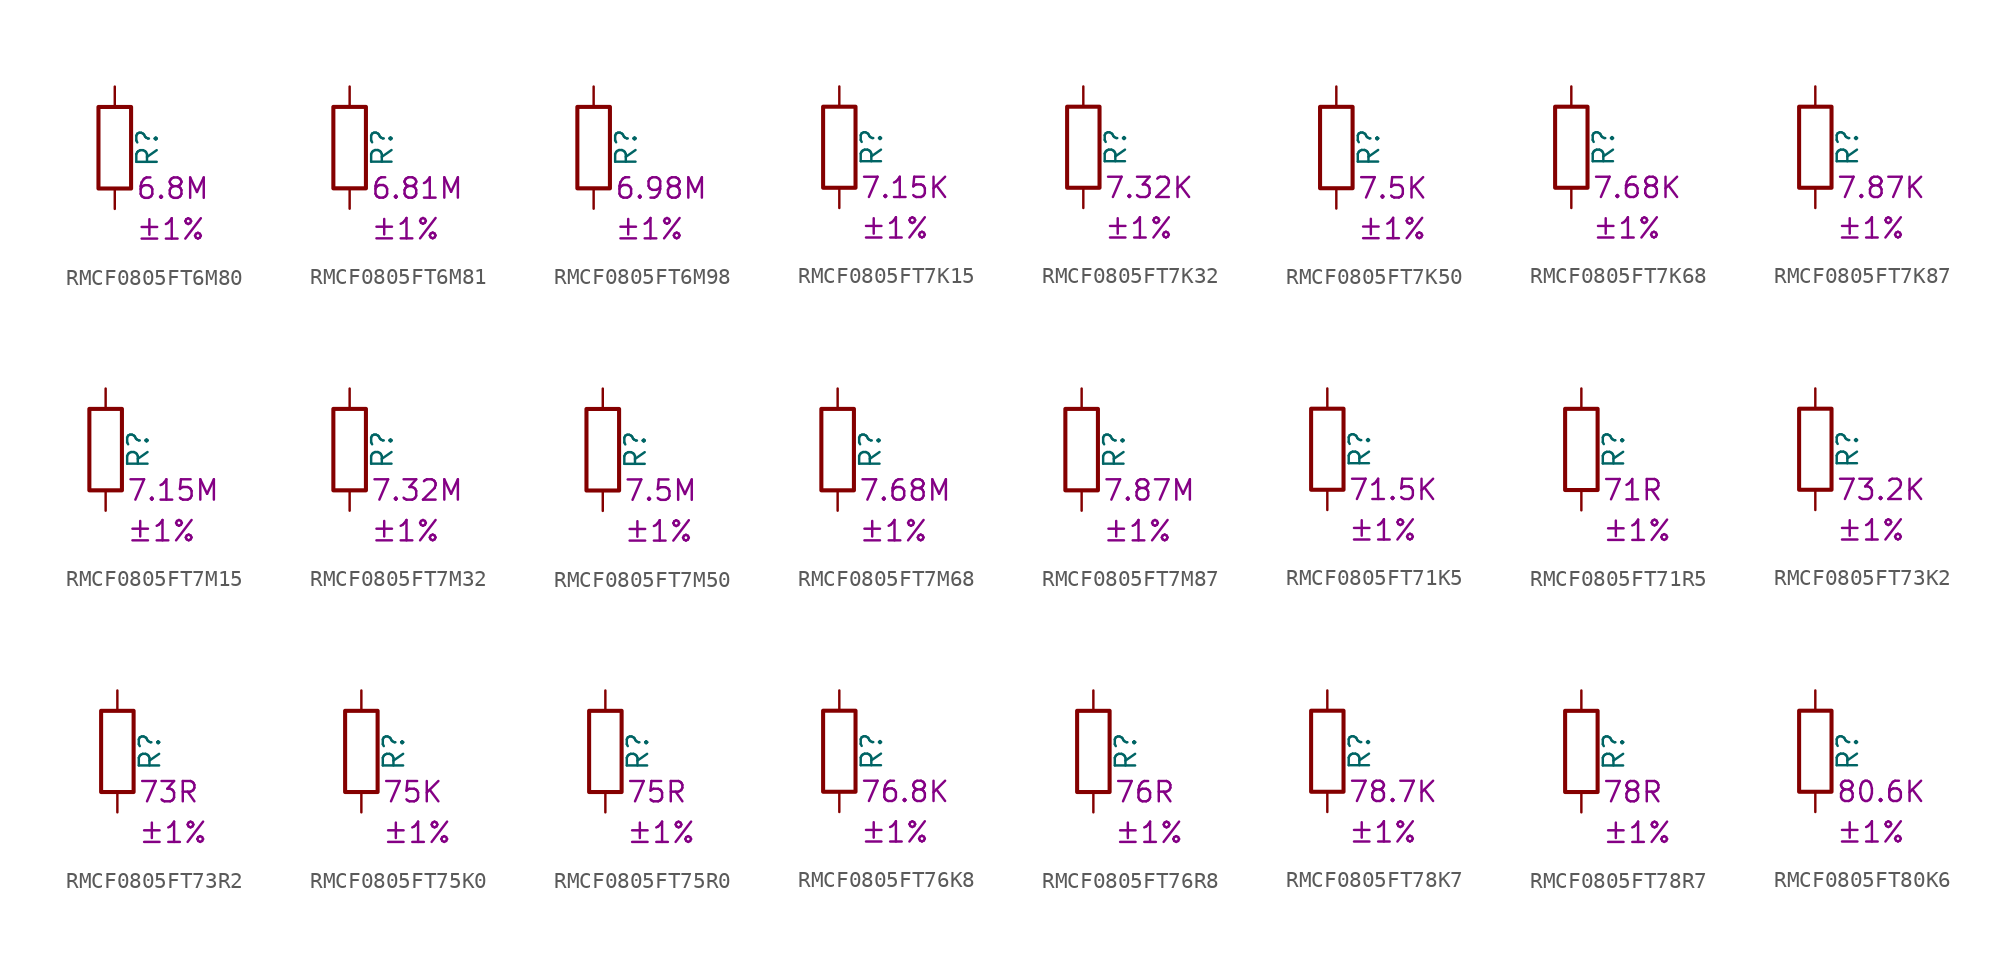
<source format=kicad_sym>
(kicad_symbol_lib
  (version 20220914)
  (generator kicad_symbol_editor)
  (symbol "RMCF0805FT6M80"
    (pin_numbers hide)
    (pin_names
      (offset 0))
    (property "Reference" "R"
      (at 2.032 0 90)
      (effects (font (size 1.27 1.27))))
    (property "Resistance" "6.8M"
      (at 1.27 -2.54 0)
      (effects (font (size 1.27 1.27)) (justify left)))
    (property "Tolerance" "±1%"
      (at 1.27 -5.08 0)
      (effects (font (size 1.27 1.27)) (justify left)))
    (symbol "RMCF0805FT6M80_0_1"
      (rectangle (start -1.016 -2.54) (end 1.016 2.54) (stroke (width 0.254) (type default)) (fill (type none))))
    (symbol "RMCF0805FT6M80_1_1"
      (pin passive line (at 0 3.81 270) (length 1.27) (name "~" (effects (font (size 1.27 1.27)))) (number "1" (effects (font (size 1.27 1.27)))))
      (pin passive line (at 0 -3.81 90) (length 1.27) (name "~" (effects (font (size 1.27 1.27)))) (number "2" (effects (font (size 1.27 1.27)))))))
  (symbol "RMCF0805FT6M81"
    (pin_numbers hide)
    (pin_names
      (offset 0))
    (property "Reference" "R"
      (at 2.032 0 90)
      (effects (font (size 1.27 1.27))))
    (property "Resistance" "6.81M"
      (at 1.27 -2.54 0)
      (effects (font (size 1.27 1.27)) (justify left)))
    (property "Tolerance" "±1%"
      (at 1.27 -5.08 0)
      (effects (font (size 1.27 1.27)) (justify left)))
    (symbol "RMCF0805FT6M81_0_1"
      (rectangle (start -1.016 -2.54) (end 1.016 2.54) (stroke (width 0.254) (type default)) (fill (type none))))
    (symbol "RMCF0805FT6M81_1_1"
      (pin passive line (at 0 3.81 270) (length 1.27) (name "~" (effects (font (size 1.27 1.27)))) (number "1" (effects (font (size 1.27 1.27)))))
      (pin passive line (at 0 -3.81 90) (length 1.27) (name "~" (effects (font (size 1.27 1.27)))) (number "2" (effects (font (size 1.27 1.27)))))))
  (symbol "RMCF0805FT6M98"
    (pin_numbers hide)
    (pin_names
      (offset 0))
    (property "Reference" "R"
      (at 2.032 0 90)
      (effects (font (size 1.27 1.27))))
    (property "Resistance" "6.98M"
      (at 1.27 -2.54 0)
      (effects (font (size 1.27 1.27)) (justify left)))
    (property "Tolerance" "±1%"
      (at 1.27 -5.08 0)
      (effects (font (size 1.27 1.27)) (justify left)))
    (symbol "RMCF0805FT6M98_0_1"
      (rectangle (start -1.016 -2.54) (end 1.016 2.54) (stroke (width 0.254) (type default)) (fill (type none))))
    (symbol "RMCF0805FT6M98_1_1"
      (pin passive line (at 0 3.81 270) (length 1.27) (name "~" (effects (font (size 1.27 1.27)))) (number "1" (effects (font (size 1.27 1.27)))))
      (pin passive line (at 0 -3.81 90) (length 1.27) (name "~" (effects (font (size 1.27 1.27)))) (number "2" (effects (font (size 1.27 1.27)))))))
  (symbol "RMCF0805FT7K15"
    (pin_numbers hide)
    (pin_names
      (offset 0))
    (property "Reference" "R"
      (at 2.032 0 90)
      (effects (font (size 1.27 1.27))))
    (property "Resistance" "7.15K"
      (at 1.27 -2.54 0)
      (effects (font (size 1.27 1.27)) (justify left)))
    (property "Tolerance" "±1%"
      (at 1.27 -5.08 0)
      (effects (font (size 1.27 1.27)) (justify left)))
    (symbol "RMCF0805FT7K15_0_1"
      (rectangle (start -1.016 -2.54) (end 1.016 2.54) (stroke (width 0.254) (type default)) (fill (type none))))
    (symbol "RMCF0805FT7K15_1_1"
      (pin passive line (at 0 3.81 270) (length 1.27) (name "~" (effects (font (size 1.27 1.27)))) (number "1" (effects (font (size 1.27 1.27)))))
      (pin passive line (at 0 -3.81 90) (length 1.27) (name "~" (effects (font (size 1.27 1.27)))) (number "2" (effects (font (size 1.27 1.27)))))))
  (symbol "RMCF0805FT7K32"
    (pin_numbers hide)
    (pin_names
      (offset 0))
    (property "Reference" "R"
      (at 2.032 0 90)
      (effects (font (size 1.27 1.27))))
    (property "Resistance" "7.32K"
      (at 1.27 -2.54 0)
      (effects (font (size 1.27 1.27)) (justify left)))
    (property "Tolerance" "±1%"
      (at 1.27 -5.08 0)
      (effects (font (size 1.27 1.27)) (justify left)))
    (symbol "RMCF0805FT7K32_0_1"
      (rectangle (start -1.016 -2.54) (end 1.016 2.54) (stroke (width 0.254) (type default)) (fill (type none))))
    (symbol "RMCF0805FT7K32_1_1"
      (pin passive line (at 0 3.81 270) (length 1.27) (name "~" (effects (font (size 1.27 1.27)))) (number "1" (effects (font (size 1.27 1.27)))))
      (pin passive line (at 0 -3.81 90) (length 1.27) (name "~" (effects (font (size 1.27 1.27)))) (number "2" (effects (font (size 1.27 1.27)))))))
  (symbol "RMCF0805FT7K50"
    (pin_numbers hide)
    (pin_names
      (offset 0))
    (property "Reference" "R"
      (at 2.032 0 90)
      (effects (font (size 1.27 1.27))))
    (property "Resistance" "7.5K"
      (at 1.27 -2.54 0)
      (effects (font (size 1.27 1.27)) (justify left)))
    (property "Tolerance" "±1%"
      (at 1.27 -5.08 0)
      (effects (font (size 1.27 1.27)) (justify left)))
    (symbol "RMCF0805FT7K50_0_1"
      (rectangle (start -1.016 -2.54) (end 1.016 2.54) (stroke (width 0.254) (type default)) (fill (type none))))
    (symbol "RMCF0805FT7K50_1_1"
      (pin passive line (at 0 3.81 270) (length 1.27) (name "~" (effects (font (size 1.27 1.27)))) (number "1" (effects (font (size 1.27 1.27)))))
      (pin passive line (at 0 -3.81 90) (length 1.27) (name "~" (effects (font (size 1.27 1.27)))) (number "2" (effects (font (size 1.27 1.27)))))))
  (symbol "RMCF0805FT7K68"
    (pin_numbers hide)
    (pin_names
      (offset 0))
    (property "Reference" "R"
      (at 2.032 0 90)
      (effects (font (size 1.27 1.27))))
    (property "Resistance" "7.68K"
      (at 1.27 -2.54 0)
      (effects (font (size 1.27 1.27)) (justify left)))
    (property "Tolerance" "±1%"
      (at 1.27 -5.08 0)
      (effects (font (size 1.27 1.27)) (justify left)))
    (symbol "RMCF0805FT7K68_0_1"
      (rectangle (start -1.016 -2.54) (end 1.016 2.54) (stroke (width 0.254) (type default)) (fill (type none))))
    (symbol "RMCF0805FT7K68_1_1"
      (pin passive line (at 0 3.81 270) (length 1.27) (name "~" (effects (font (size 1.27 1.27)))) (number "1" (effects (font (size 1.27 1.27)))))
      (pin passive line (at 0 -3.81 90) (length 1.27) (name "~" (effects (font (size 1.27 1.27)))) (number "2" (effects (font (size 1.27 1.27)))))))
  (symbol "RMCF0805FT7K87"
    (pin_numbers hide)
    (pin_names
      (offset 0))
    (property "Reference" "R"
      (at 2.032 0 90)
      (effects (font (size 1.27 1.27))))
    (property "Resistance" "7.87K"
      (at 1.27 -2.54 0)
      (effects (font (size 1.27 1.27)) (justify left)))
    (property "Tolerance" "±1%"
      (at 1.27 -5.08 0)
      (effects (font (size 1.27 1.27)) (justify left)))
    (symbol "RMCF0805FT7K87_0_1"
      (rectangle (start -1.016 -2.54) (end 1.016 2.54) (stroke (width 0.254) (type default)) (fill (type none))))
    (symbol "RMCF0805FT7K87_1_1"
      (pin passive line (at 0 3.81 270) (length 1.27) (name "~" (effects (font (size 1.27 1.27)))) (number "1" (effects (font (size 1.27 1.27)))))
      (pin passive line (at 0 -3.81 90) (length 1.27) (name "~" (effects (font (size 1.27 1.27)))) (number "2" (effects (font (size 1.27 1.27)))))))
  (symbol "RMCF0805FT7M15"
    (pin_numbers hide)
    (pin_names
      (offset 0))
    (property "Reference" "R"
      (at 2.032 0 90)
      (effects (font (size 1.27 1.27))))
    (property "Resistance" "7.15M"
      (at 1.27 -2.54 0)
      (effects (font (size 1.27 1.27)) (justify left)))
    (property "Tolerance" "±1%"
      (at 1.27 -5.08 0)
      (effects (font (size 1.27 1.27)) (justify left)))
    (symbol "RMCF0805FT7M15_0_1"
      (rectangle (start -1.016 -2.54) (end 1.016 2.54) (stroke (width 0.254) (type default)) (fill (type none))))
    (symbol "RMCF0805FT7M15_1_1"
      (pin passive line (at 0 3.81 270) (length 1.27) (name "~" (effects (font (size 1.27 1.27)))) (number "1" (effects (font (size 1.27 1.27)))))
      (pin passive line (at 0 -3.81 90) (length 1.27) (name "~" (effects (font (size 1.27 1.27)))) (number "2" (effects (font (size 1.27 1.27)))))))
  (symbol "RMCF0805FT7M32"
    (pin_numbers hide)
    (pin_names
      (offset 0))
    (property "Reference" "R"
      (at 2.032 0 90)
      (effects (font (size 1.27 1.27))))
    (property "Resistance" "7.32M"
      (at 1.27 -2.54 0)
      (effects (font (size 1.27 1.27)) (justify left)))
    (property "Tolerance" "±1%"
      (at 1.27 -5.08 0)
      (effects (font (size 1.27 1.27)) (justify left)))
    (symbol "RMCF0805FT7M32_0_1"
      (rectangle (start -1.016 -2.54) (end 1.016 2.54) (stroke (width 0.254) (type default)) (fill (type none))))
    (symbol "RMCF0805FT7M32_1_1"
      (pin passive line (at 0 3.81 270) (length 1.27) (name "~" (effects (font (size 1.27 1.27)))) (number "1" (effects (font (size 1.27 1.27)))))
      (pin passive line (at 0 -3.81 90) (length 1.27) (name "~" (effects (font (size 1.27 1.27)))) (number "2" (effects (font (size 1.27 1.27)))))))
  (symbol "RMCF0805FT7M50"
    (pin_numbers hide)
    (pin_names
      (offset 0))
    (property "Reference" "R"
      (at 2.032 0 90)
      (effects (font (size 1.27 1.27))))
    (property "Resistance" "7.5M"
      (at 1.27 -2.54 0)
      (effects (font (size 1.27 1.27)) (justify left)))
    (property "Tolerance" "±1%"
      (at 1.27 -5.08 0)
      (effects (font (size 1.27 1.27)) (justify left)))
    (symbol "RMCF0805FT7M50_0_1"
      (rectangle (start -1.016 -2.54) (end 1.016 2.54) (stroke (width 0.254) (type default)) (fill (type none))))
    (symbol "RMCF0805FT7M50_1_1"
      (pin passive line (at 0 3.81 270) (length 1.27) (name "~" (effects (font (size 1.27 1.27)))) (number "1" (effects (font (size 1.27 1.27)))))
      (pin passive line (at 0 -3.81 90) (length 1.27) (name "~" (effects (font (size 1.27 1.27)))) (number "2" (effects (font (size 1.27 1.27)))))))
  (symbol "RMCF0805FT7M68"
    (pin_numbers hide)
    (pin_names
      (offset 0))
    (property "Reference" "R"
      (at 2.032 0 90)
      (effects (font (size 1.27 1.27))))
    (property "Resistance" "7.68M"
      (at 1.27 -2.54 0)
      (effects (font (size 1.27 1.27)) (justify left)))
    (property "Tolerance" "±1%"
      (at 1.27 -5.08 0)
      (effects (font (size 1.27 1.27)) (justify left)))
    (symbol "RMCF0805FT7M68_0_1"
      (rectangle (start -1.016 -2.54) (end 1.016 2.54) (stroke (width 0.254) (type default)) (fill (type none))))
    (symbol "RMCF0805FT7M68_1_1"
      (pin passive line (at 0 3.81 270) (length 1.27) (name "~" (effects (font (size 1.27 1.27)))) (number "1" (effects (font (size 1.27 1.27)))))
      (pin passive line (at 0 -3.81 90) (length 1.27) (name "~" (effects (font (size 1.27 1.27)))) (number "2" (effects (font (size 1.27 1.27)))))))
  (symbol "RMCF0805FT7M87"
    (pin_numbers hide)
    (pin_names
      (offset 0))
    (property "Reference" "R"
      (at 2.032 0 90)
      (effects (font (size 1.27 1.27))))
    (property "Resistance" "7.87M"
      (at 1.27 -2.54 0)
      (effects (font (size 1.27 1.27)) (justify left)))
    (property "Tolerance" "±1%"
      (at 1.27 -5.08 0)
      (effects (font (size 1.27 1.27)) (justify left)))
    (symbol "RMCF0805FT7M87_0_1"
      (rectangle (start -1.016 -2.54) (end 1.016 2.54) (stroke (width 0.254) (type default)) (fill (type none))))
    (symbol "RMCF0805FT7M87_1_1"
      (pin passive line (at 0 3.81 270) (length 1.27) (name "~" (effects (font (size 1.27 1.27)))) (number "1" (effects (font (size 1.27 1.27)))))
      (pin passive line (at 0 -3.81 90) (length 1.27) (name "~" (effects (font (size 1.27 1.27)))) (number "2" (effects (font (size 1.27 1.27)))))))
  (symbol "RMCF0805FT71K5"
    (pin_numbers hide)
    (pin_names
      (offset 0))
    (property "Reference" "R"
      (at 2.032 0 90)
      (effects (font (size 1.27 1.27))))
    (property "Resistance" "71.5K"
      (at 1.27 -2.54 0)
      (effects (font (size 1.27 1.27)) (justify left)))
    (property "Tolerance" "±1%"
      (at 1.27 -5.08 0)
      (effects (font (size 1.27 1.27)) (justify left)))
    (symbol "RMCF0805FT71K5_0_1"
      (rectangle (start -1.016 -2.54) (end 1.016 2.54) (stroke (width 0.254) (type default)) (fill (type none))))
    (symbol "RMCF0805FT71K5_1_1"
      (pin passive line (at 0 3.81 270) (length 1.27) (name "~" (effects (font (size 1.27 1.27)))) (number "1" (effects (font (size 1.27 1.27)))))
      (pin passive line (at 0 -3.81 90) (length 1.27) (name "~" (effects (font (size 1.27 1.27)))) (number "2" (effects (font (size 1.27 1.27)))))))
  (symbol "RMCF0805FT71R5"
    (pin_numbers hide)
    (pin_names
      (offset 0))
    (property "Reference" "R"
      (at 2.032 0 90)
      (effects (font (size 1.27 1.27))))
    (property "Resistance" "71R"
      (at 1.27 -2.54 0)
      (effects (font (size 1.27 1.27)) (justify left)))
    (property "Tolerance" "±1%"
      (at 1.27 -5.08 0)
      (effects (font (size 1.27 1.27)) (justify left)))
    (symbol "RMCF0805FT71R5_0_1"
      (rectangle (start -1.016 -2.54) (end 1.016 2.54) (stroke (width 0.254) (type default)) (fill (type none))))
    (symbol "RMCF0805FT71R5_1_1"
      (pin passive line (at 0 3.81 270) (length 1.27) (name "~" (effects (font (size 1.27 1.27)))) (number "1" (effects (font (size 1.27 1.27)))))
      (pin passive line (at 0 -3.81 90) (length 1.27) (name "~" (effects (font (size 1.27 1.27)))) (number "2" (effects (font (size 1.27 1.27)))))))
  (symbol "RMCF0805FT73K2"
    (pin_numbers hide)
    (pin_names
      (offset 0))
    (property "Reference" "R"
      (at 2.032 0 90)
      (effects (font (size 1.27 1.27))))
    (property "Resistance" "73.2K"
      (at 1.27 -2.54 0)
      (effects (font (size 1.27 1.27)) (justify left)))
    (property "Tolerance" "±1%"
      (at 1.27 -5.08 0)
      (effects (font (size 1.27 1.27)) (justify left)))
    (symbol "RMCF0805FT73K2_0_1"
      (rectangle (start -1.016 -2.54) (end 1.016 2.54) (stroke (width 0.254) (type default)) (fill (type none))))
    (symbol "RMCF0805FT73K2_1_1"
      (pin passive line (at 0 3.81 270) (length 1.27) (name "~" (effects (font (size 1.27 1.27)))) (number "1" (effects (font (size 1.27 1.27)))))
      (pin passive line (at 0 -3.81 90) (length 1.27) (name "~" (effects (font (size 1.27 1.27)))) (number "2" (effects (font (size 1.27 1.27)))))))
  (symbol "RMCF0805FT73R2"
    (pin_numbers hide)
    (pin_names
      (offset 0))
    (property "Reference" "R"
      (at 2.032 0 90)
      (effects (font (size 1.27 1.27))))
    (property "Resistance" "73R"
      (at 1.27 -2.54 0)
      (effects (font (size 1.27 1.27)) (justify left)))
    (property "Tolerance" "±1%"
      (at 1.27 -5.08 0)
      (effects (font (size 1.27 1.27)) (justify left)))
    (symbol "RMCF0805FT73R2_0_1"
      (rectangle (start -1.016 -2.54) (end 1.016 2.54) (stroke (width 0.254) (type default)) (fill (type none))))
    (symbol "RMCF0805FT73R2_1_1"
      (pin passive line (at 0 3.81 270) (length 1.27) (name "~" (effects (font (size 1.27 1.27)))) (number "1" (effects (font (size 1.27 1.27)))))
      (pin passive line (at 0 -3.81 90) (length 1.27) (name "~" (effects (font (size 1.27 1.27)))) (number "2" (effects (font (size 1.27 1.27)))))))
  (symbol "RMCF0805FT75K0"
    (pin_numbers hide)
    (pin_names
      (offset 0))
    (property "Reference" "R"
      (at 2.032 0 90)
      (effects (font (size 1.27 1.27))))
    (property "Resistance" "75K"
      (at 1.27 -2.54 0)
      (effects (font (size 1.27 1.27)) (justify left)))
    (property "Tolerance" "±1%"
      (at 1.27 -5.08 0)
      (effects (font (size 1.27 1.27)) (justify left)))
    (symbol "RMCF0805FT75K0_0_1"
      (rectangle (start -1.016 -2.54) (end 1.016 2.54) (stroke (width 0.254) (type default)) (fill (type none))))
    (symbol "RMCF0805FT75K0_1_1"
      (pin passive line (at 0 3.81 270) (length 1.27) (name "~" (effects (font (size 1.27 1.27)))) (number "1" (effects (font (size 1.27 1.27)))))
      (pin passive line (at 0 -3.81 90) (length 1.27) (name "~" (effects (font (size 1.27 1.27)))) (number "2" (effects (font (size 1.27 1.27)))))))
  (symbol "RMCF0805FT75R0"
    (pin_numbers hide)
    (pin_names
      (offset 0))
    (property "Reference" "R"
      (at 2.032 0 90)
      (effects (font (size 1.27 1.27))))
    (property "Resistance" "75R"
      (at 1.27 -2.54 0)
      (effects (font (size 1.27 1.27)) (justify left)))
    (property "Tolerance" "±1%"
      (at 1.27 -5.08 0)
      (effects (font (size 1.27 1.27)) (justify left)))
    (symbol "RMCF0805FT75R0_0_1"
      (rectangle (start -1.016 -2.54) (end 1.016 2.54) (stroke (width 0.254) (type default)) (fill (type none))))
    (symbol "RMCF0805FT75R0_1_1"
      (pin passive line (at 0 3.81 270) (length 1.27) (name "~" (effects (font (size 1.27 1.27)))) (number "1" (effects (font (size 1.27 1.27)))))
      (pin passive line (at 0 -3.81 90) (length 1.27) (name "~" (effects (font (size 1.27 1.27)))) (number "2" (effects (font (size 1.27 1.27)))))))
  (symbol "RMCF0805FT76K8"
    (pin_numbers hide)
    (pin_names
      (offset 0))
    (property "Reference" "R"
      (at 2.032 0 90)
      (effects (font (size 1.27 1.27))))
    (property "Resistance" "76.8K"
      (at 1.27 -2.54 0)
      (effects (font (size 1.27 1.27)) (justify left)))
    (property "Tolerance" "±1%"
      (at 1.27 -5.08 0)
      (effects (font (size 1.27 1.27)) (justify left)))
    (symbol "RMCF0805FT76K8_0_1"
      (rectangle (start -1.016 -2.54) (end 1.016 2.54) (stroke (width 0.254) (type default)) (fill (type none))))
    (symbol "RMCF0805FT76K8_1_1"
      (pin passive line (at 0 3.81 270) (length 1.27) (name "~" (effects (font (size 1.27 1.27)))) (number "1" (effects (font (size 1.27 1.27)))))
      (pin passive line (at 0 -3.81 90) (length 1.27) (name "~" (effects (font (size 1.27 1.27)))) (number "2" (effects (font (size 1.27 1.27)))))))
  (symbol "RMCF0805FT76R8"
    (pin_numbers hide)
    (pin_names
      (offset 0))
    (property "Reference" "R"
      (at 2.032 0 90)
      (effects (font (size 1.27 1.27))))
    (property "Resistance" "76R"
      (at 1.27 -2.54 0)
      (effects (font (size 1.27 1.27)) (justify left)))
    (property "Tolerance" "±1%"
      (at 1.27 -5.08 0)
      (effects (font (size 1.27 1.27)) (justify left)))
    (symbol "RMCF0805FT76R8_0_1"
      (rectangle (start -1.016 -2.54) (end 1.016 2.54) (stroke (width 0.254) (type default)) (fill (type none))))
    (symbol "RMCF0805FT76R8_1_1"
      (pin passive line (at 0 3.81 270) (length 1.27) (name "~" (effects (font (size 1.27 1.27)))) (number "1" (effects (font (size 1.27 1.27)))))
      (pin passive line (at 0 -3.81 90) (length 1.27) (name "~" (effects (font (size 1.27 1.27)))) (number "2" (effects (font (size 1.27 1.27)))))))
  (symbol "RMCF0805FT78K7"
    (pin_numbers hide)
    (pin_names
      (offset 0))
    (property "Reference" "R"
      (at 2.032 0 90)
      (effects (font (size 1.27 1.27))))
    (property "Resistance" "78.7K"
      (at 1.27 -2.54 0)
      (effects (font (size 1.27 1.27)) (justify left)))
    (property "Tolerance" "±1%"
      (at 1.27 -5.08 0)
      (effects (font (size 1.27 1.27)) (justify left)))
    (symbol "RMCF0805FT78K7_0_1"
      (rectangle (start -1.016 -2.54) (end 1.016 2.54) (stroke (width 0.254) (type default)) (fill (type none))))
    (symbol "RMCF0805FT78K7_1_1"
      (pin passive line (at 0 3.81 270) (length 1.27) (name "~" (effects (font (size 1.27 1.27)))) (number "1" (effects (font (size 1.27 1.27)))))
      (pin passive line (at 0 -3.81 90) (length 1.27) (name "~" (effects (font (size 1.27 1.27)))) (number "2" (effects (font (size 1.27 1.27)))))))
  (symbol "RMCF0805FT78R7"
    (pin_numbers hide)
    (pin_names
      (offset 0))
    (property "Reference" "R"
      (at 2.032 0 90)
      (effects (font (size 1.27 1.27))))
    (property "Resistance" "78R"
      (at 1.27 -2.54 0)
      (effects (font (size 1.27 1.27)) (justify left)))
    (property "Tolerance" "±1%"
      (at 1.27 -5.08 0)
      (effects (font (size 1.27 1.27)) (justify left)))
    (symbol "RMCF0805FT78R7_0_1"
      (rectangle (start -1.016 -2.54) (end 1.016 2.54) (stroke (width 0.254) (type default)) (fill (type none))))
    (symbol "RMCF0805FT78R7_1_1"
      (pin passive line (at 0 3.81 270) (length 1.27) (name "~" (effects (font (size 1.27 1.27)))) (number "1" (effects (font (size 1.27 1.27)))))
      (pin passive line (at 0 -3.81 90) (length 1.27) (name "~" (effects (font (size 1.27 1.27)))) (number "2" (effects (font (size 1.27 1.27)))))))
  (symbol "RMCF0805FT80K6"
    (pin_numbers hide)
    (pin_names
      (offset 0))
    (property "Reference" "R"
      (at 2.032 0 90)
      (effects (font (size 1.27 1.27))))
    (property "Resistance" "80.6K"
      (at 1.27 -2.54 0)
      (effects (font (size 1.27 1.27)) (justify left)))
    (property "Tolerance" "±1%"
      (at 1.27 -5.08 0)
      (effects (font (size 1.27 1.27)) (justify left)))
    (symbol "RMCF0805FT80K6_0_1"
      (rectangle (start -1.016 -2.54) (end 1.016 2.54) (stroke (width 0.254) (type default)) (fill (type none))))
    (symbol "RMCF0805FT80K6_1_1"
      (pin passive line (at 0 3.81 270) (length 1.27) (name "~" (effects (font (size 1.27 1.27)))) (number "1" (effects (font (size 1.27 1.27)))))
      (pin passive line (at 0 -3.81 90) (length 1.27) (name "~" (effects (font (size 1.27 1.27)))) (number "2" (effects (font (size 1.27 1.27))))))))
</source>
